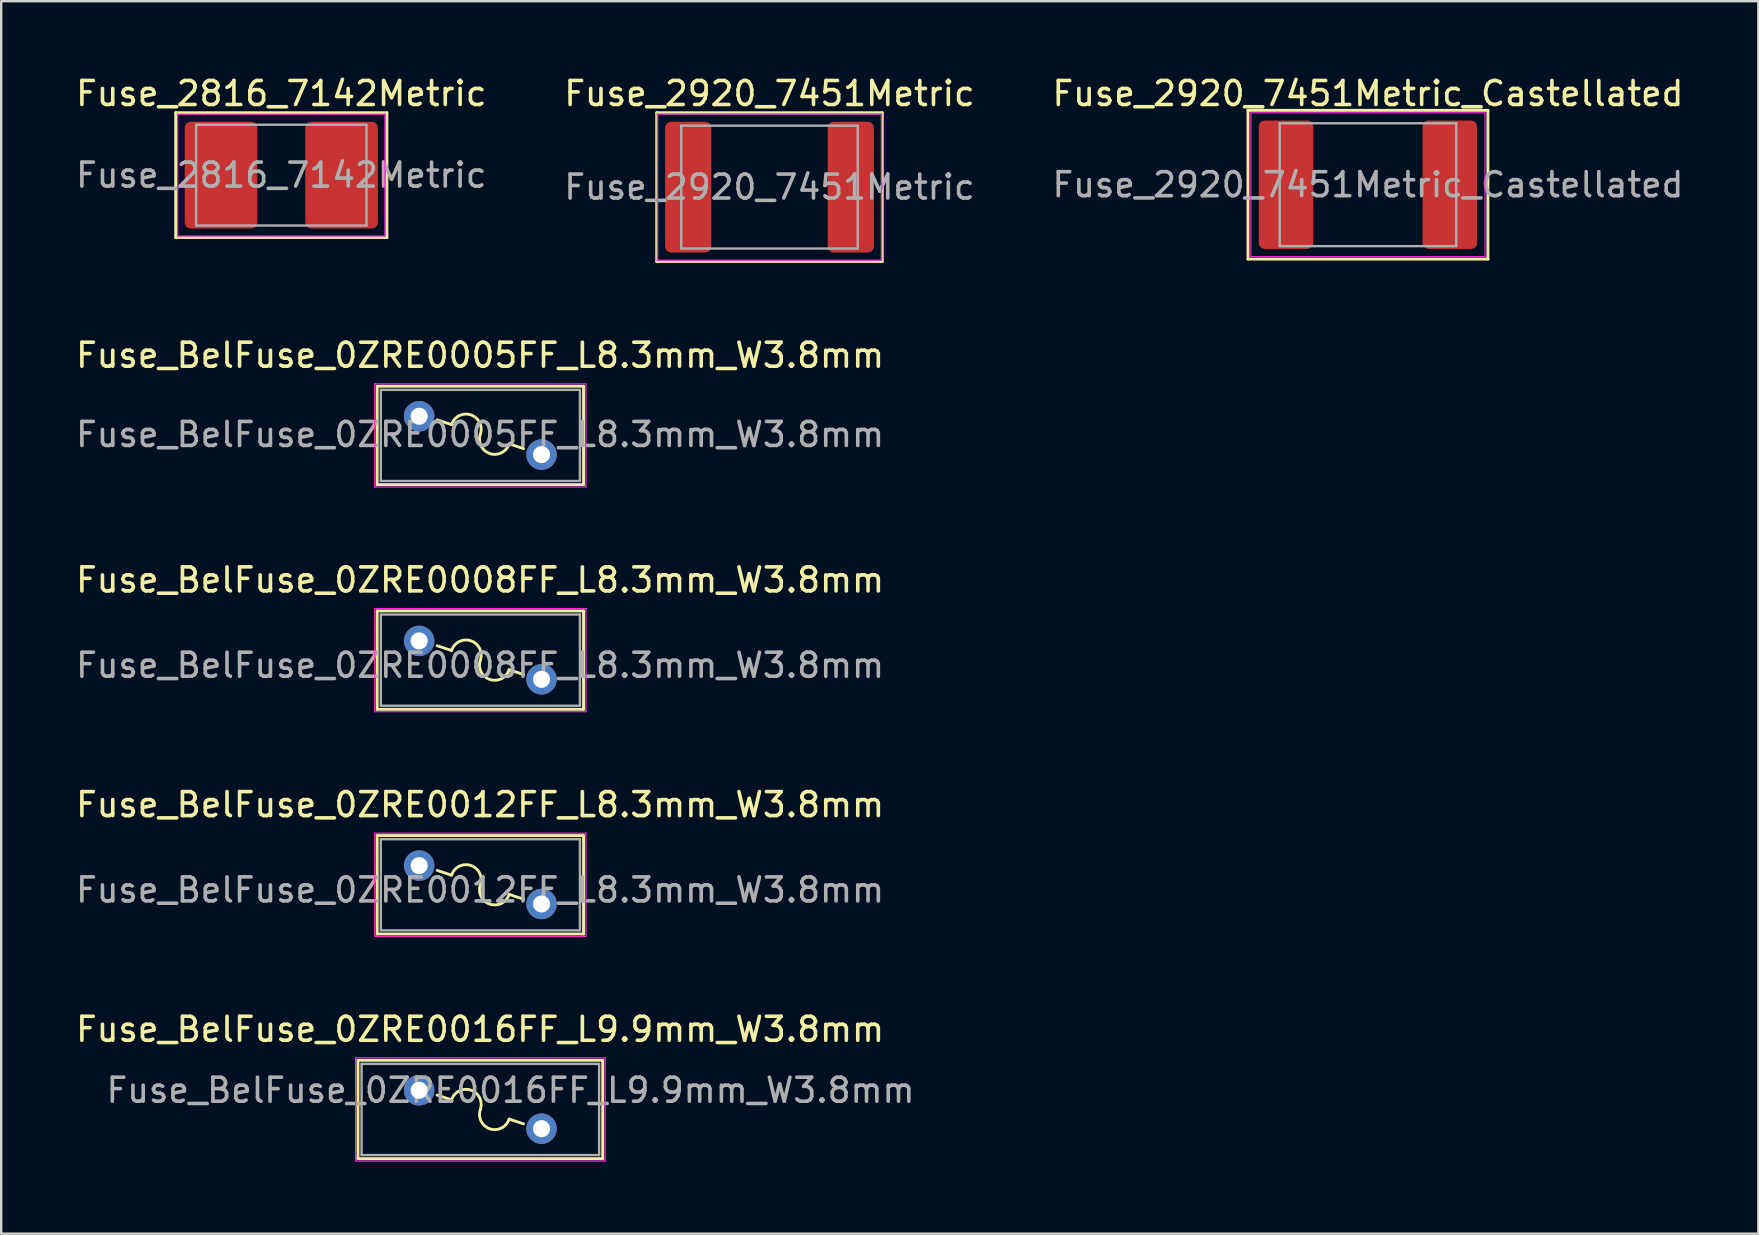
<source format=kicad_pcb>
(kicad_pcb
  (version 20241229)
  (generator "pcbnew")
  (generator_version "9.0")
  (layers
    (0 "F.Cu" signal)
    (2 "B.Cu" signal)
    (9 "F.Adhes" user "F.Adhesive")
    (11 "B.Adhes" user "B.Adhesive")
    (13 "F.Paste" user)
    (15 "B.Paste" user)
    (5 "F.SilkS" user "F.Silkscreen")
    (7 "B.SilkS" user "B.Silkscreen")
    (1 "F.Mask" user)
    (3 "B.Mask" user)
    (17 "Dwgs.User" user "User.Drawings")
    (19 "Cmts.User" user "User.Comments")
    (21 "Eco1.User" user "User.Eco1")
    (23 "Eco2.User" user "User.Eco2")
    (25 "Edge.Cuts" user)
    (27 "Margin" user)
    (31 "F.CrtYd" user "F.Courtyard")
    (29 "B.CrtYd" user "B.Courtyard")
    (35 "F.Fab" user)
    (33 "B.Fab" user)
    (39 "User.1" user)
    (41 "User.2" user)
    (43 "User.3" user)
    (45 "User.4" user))
  (footprint "Fuse_2816_7142Metric"
    (layer "F.Cu")
    (at 8.673 4.248)
    (property "Reference" "Fuse_2816_7142Metric" (at 0 -3.4 0) (layer "F.SilkS") (effects (font (size 1 1) (thickness 0.15))))
    (attr smd)
    (fp_line (start -4.4 -2.6) (end -4.4 2.6) (stroke (width 0.12) (type solid)) (layer "F.SilkS"))
    (fp_line (start -4.4 2.6) (end 4.4 2.6) (stroke (width 0.12) (type solid)) (layer "F.SilkS"))
    (fp_line (start 4.4 -2.6) (end -4.4 -2.6) (stroke (width 0.12) (type solid)) (layer "F.SilkS"))
    (fp_line (start 4.4 2.6) (end 4.4 -2.6) (stroke (width 0.12) (type solid)) (layer "F.SilkS"))
    (fp_line (start -4.318 -2.54) (end 4.318 -2.54) (stroke (width 0.05) (type solid)) (layer "F.CrtYd"))
    (fp_line (start -4.318 2.54) (end -4.318 -2.54) (stroke (width 0.05) (type solid)) (layer "F.CrtYd"))
    (fp_line (start 4.318 -2.54) (end 4.318 2.54) (stroke (width 0.05) (type solid)) (layer "F.CrtYd"))
    (fp_line (start 4.318 2.54) (end -4.318 2.54) (stroke (width 0.05) (type solid)) (layer "F.CrtYd"))
    (fp_line (start -3.55 -2.1) (end 3.55 -2.1) (stroke (width 0.1) (type solid)) (layer "F.Fab"))
    (fp_line (start -3.55 2.1) (end -3.55 -2.1) (stroke (width 0.1) (type solid)) (layer "F.Fab"))
    (fp_line (start 3.55 -2.1) (end 3.55 2.1) (stroke (width 0.1) (type solid)) (layer "F.Fab"))
    (fp_line (start 3.55 2.1) (end -3.55 2.1) (stroke (width 0.1) (type solid)) (layer "F.Fab"))
    (fp_text user "${REFERENCE}" (at 0 0 0) (layer "F.Fab") (effects (font (size 1 1) (thickness 0.15))))
    (pad "1" smd roundrect (at -2.513 0) (size 3.025 4.45) (layers "F.Cu" "F.Mask" "F.Paste") (roundrect_rratio 0.083))
    (pad "2" smd roundrect (at 2.513 0) (size 3.025 4.45) (layers "F.Cu" "F.Mask" "F.Paste") (roundrect_rratio 0.083)))
  (footprint "Fuse_2920_7451Metric"
    (layer "F.Cu")
    (at 29.018 4.748)
    (property "Reference" "Fuse_2920_7451Metric" (at 0 -3.9 0) (layer "F.SilkS") (effects (font (size 1 1) (thickness 0.15))))
    (attr smd)
    (fp_line (start -4.7 -3.1) (end -4.7 3.1) (stroke (width 0.12) (type solid)) (layer "F.SilkS"))
    (fp_line (start -4.7 3.1) (end 4.7 3.1) (stroke (width 0.12) (type solid)) (layer "F.SilkS"))
    (fp_line (start 4.7 -3.1) (end -4.7 -3.1) (stroke (width 0.12) (type solid)) (layer "F.SilkS"))
    (fp_line (start 4.7 3.1) (end 4.7 -3.1) (stroke (width 0.12) (type solid)) (layer "F.SilkS"))
    (fp_line (start -4.674 -3.048) (end 4.674 -3.048) (stroke (width 0.05) (type solid)) (layer "F.CrtYd"))
    (fp_line (start -4.674 3.048) (end -4.674 -3.048) (stroke (width 0.05) (type solid)) (layer "F.CrtYd"))
    (fp_line (start 4.674 -3.048) (end 4.674 3.048) (stroke (width 0.05) (type solid)) (layer "F.CrtYd"))
    (fp_line (start 4.674 3.048) (end -4.674 3.048) (stroke (width 0.05) (type solid)) (layer "F.CrtYd"))
    (fp_line (start -3.678 -2.56) (end 3.678 -2.56) (stroke (width 0.1) (type solid)) (layer "F.Fab"))
    (fp_line (start -3.678 2.56) (end -3.678 -2.56) (stroke (width 0.1) (type solid)) (layer "F.Fab"))
    (fp_line (start 3.678 -2.56) (end 3.678 2.56) (stroke (width 0.1) (type solid)) (layer "F.Fab"))
    (fp_line (start 3.678 2.56) (end -3.678 2.56) (stroke (width 0.1) (type solid)) (layer "F.Fab"))
    (fp_text user "${REFERENCE}" (at 0 0 0) (layer "F.Fab") (effects (font (size 1 1) (thickness 0.15))))
    (pad "1" smd roundrect (at -3.388 0) (size 1.925 5.45) (layers "F.Cu" "F.Mask" "F.Paste") (roundrect_rratio 0.13))
    (pad "2" smd roundrect (at 3.388 0) (size 1.925 5.45) (layers "F.Cu" "F.Mask" "F.Paste") (roundrect_rratio 0.13)))
  (footprint "Fuse_BelFuse_0ZRE0012FF_L8.3mm_W3.8mm"
    (layer "F.Cu")
    (at 14.418 33.023)
    (property "Reference" "Fuse_BelFuse_0ZRE0012FF_L8.3mm_W3.8mm" (at 2.54 -2.54 0) (layer "F.SilkS") (effects (font (size 1 1) (thickness 0.15))))
    (fp_line (start -1.75 -1.25) (end -1.75 2.85) (stroke (width 0.12) (type solid)) (layer "F.SilkS"))
    (fp_line (start -1.75 -1.25) (end 6.85 -1.25) (stroke (width 0.12) (type solid)) (layer "F.SilkS"))
    (fp_line (start -1.75 2.85) (end 6.85 2.85) (stroke (width 0.12) (type solid)) (layer "F.SilkS"))
    (fp_line (start 0.75 0.2) (end 1.35 0.4) (stroke (width 0.12) (type solid)) (layer "F.SilkS"))
    (fp_line (start 3.75 1.2) (end 4.35 1.4) (stroke (width 0.12) (type solid)) (layer "F.SilkS"))
    (fp_line (start 6.85 -1.25) (end 6.85 2.85) (stroke (width 0.12) (type solid)) (layer "F.SilkS"))
    (fp_arc (start 1.350003 0.400002) (mid 2.150001 0.000002) (end 2.550001 0.8) (stroke (width 0.12) (type solid)) (layer "F.SilkS"))
    (fp_arc (start 3.749999 1.199998) (mid 2.950001 1.599998) (end 2.550001 0.8) (stroke (width 0.12) (type solid)) (layer "F.SilkS"))
    (fp_line (start -1.85 -1.35) (end -1.85 2.95) (stroke (width 0.05) (type solid)) (layer "F.CrtYd"))
    (fp_line (start -1.85 -1.35) (end 6.95 -1.35) (stroke (width 0.05) (type solid)) (layer "F.CrtYd"))
    (fp_line (start -1.85 2.95) (end 6.95 2.95) (stroke (width 0.05) (type solid)) (layer "F.CrtYd"))
    (fp_line (start 6.95 -1.35) (end 6.95 2.95) (stroke (width 0.05) (type solid)) (layer "F.CrtYd"))
    (fp_line (start -1.6 -1.1) (end -1.6 2.7) (stroke (width 0.1) (type solid)) (layer "F.Fab"))
    (fp_line (start -1.6 -1.1) (end 6.7 -1.1) (stroke (width 0.1) (type solid)) (layer "F.Fab"))
    (fp_line (start -1.6 2.7) (end 6.7 2.7) (stroke (width 0.1) (type solid)) (layer "F.Fab"))
    (fp_line (start 6.7 -1.1) (end 6.7 2.7) (stroke (width 0.1) (type solid)) (layer "F.Fab"))
    (fp_text user "${REFERENCE}" (at 2.54 1.016 0) (layer "F.Fab") (effects (font (size 1 1) (thickness 0.15))))
    (pad "1" thru_hole circle (at 0 0) (size 1.27 1.27) (drill 0.71) (layers "*.Cu" "*.Mask"))
    (pad "2" thru_hole circle (at 5.1 1.6) (size 1.27 1.27) (drill 0.71) (layers "*.Cu" "*.Mask")))
  (footprint "Fuse_BelFuse_0ZRE0008FF_L8.3mm_W3.8mm"
    (layer "F.Cu")
    (at 14.418 23.66)
    (property "Reference" "Fuse_BelFuse_0ZRE0008FF_L8.3mm_W3.8mm" (at 2.54 -2.54 0) (layer "F.SilkS") (effects (font (size 1 1) (thickness 0.15))))
    (fp_line (start -1.75 -1.25) (end -1.75 2.85) (stroke (width 0.12) (type solid)) (layer "F.SilkS"))
    (fp_line (start -1.75 -1.25) (end 6.85 -1.25) (stroke (width 0.12) (type solid)) (layer "F.SilkS"))
    (fp_line (start -1.75 2.85) (end 6.85 2.85) (stroke (width 0.12) (type solid)) (layer "F.SilkS"))
    (fp_line (start 0.75 0.2) (end 1.35 0.4) (stroke (width 0.12) (type solid)) (layer "F.SilkS"))
    (fp_line (start 3.75 1.2) (end 4.35 1.4) (stroke (width 0.12) (type solid)) (layer "F.SilkS"))
    (fp_line (start 6.85 -1.25) (end 6.85 2.85) (stroke (width 0.12) (type solid)) (layer "F.SilkS"))
    (fp_arc (start 1.350003 0.400002) (mid 2.150001 0.000002) (end 2.550001 0.8) (stroke (width 0.12) (type solid)) (layer "F.SilkS"))
    (fp_arc (start 3.749999 1.199998) (mid 2.950001 1.599998) (end 2.550001 0.8) (stroke (width 0.12) (type solid)) (layer "F.SilkS"))
    (fp_line (start -1.85 -1.35) (end -1.85 2.95) (stroke (width 0.05) (type solid)) (layer "F.CrtYd"))
    (fp_line (start -1.85 -1.35) (end 6.95 -1.35) (stroke (width 0.05) (type solid)) (layer "F.CrtYd"))
    (fp_line (start -1.85 2.95) (end 6.95 2.95) (stroke (width 0.05) (type solid)) (layer "F.CrtYd"))
    (fp_line (start 6.95 -1.35) (end 6.95 2.95) (stroke (width 0.05) (type solid)) (layer "F.CrtYd"))
    (fp_line (start -1.6 -1.1) (end -1.6 2.7) (stroke (width 0.1) (type solid)) (layer "F.Fab"))
    (fp_line (start -1.6 -1.1) (end 6.7 -1.1) (stroke (width 0.1) (type solid)) (layer "F.Fab"))
    (fp_line (start -1.6 2.7) (end 6.7 2.7) (stroke (width 0.1) (type solid)) (layer "F.Fab"))
    (fp_line (start 6.7 -1.1) (end 6.7 2.7) (stroke (width 0.1) (type solid)) (layer "F.Fab"))
    (fp_text user "${REFERENCE}" (at 2.54 1.016 0) (layer "F.Fab") (effects (font (size 1 1) (thickness 0.15))))
    (pad "1" thru_hole circle (at 0 0) (size 1.27 1.27) (drill 0.71) (layers "*.Cu" "*.Mask"))
    (pad "2" thru_hole circle (at 5.1 1.6) (size 1.27 1.27) (drill 0.71) (layers "*.Cu" "*.Mask")))
  (footprint "Fuse_2920_7451Metric_Castellated"
    (layer "F.Cu")
    (at 53.958 4.648)
    (property "Reference" "Fuse_2920_7451Metric_Castellated" (at 0 -3.8 0) (layer "F.SilkS") (effects (font (size 1 1) (thickness 0.15))))
    (attr smd)
    (fp_line (start -5 -3.1) (end -5 3.1) (stroke (width 0.12) (type solid)) (layer "F.SilkS"))
    (fp_line (start -5 3.1) (end 5 3.1) (stroke (width 0.12) (type solid)) (layer "F.SilkS"))
    (fp_line (start 5 -3.1) (end -5 -3.1) (stroke (width 0.12) (type solid)) (layer "F.SilkS"))
    (fp_line (start 5 3.1) (end 5 -3.1) (stroke (width 0.12) (type solid)) (layer "F.SilkS"))
    (fp_line (start -4.877 -2.997) (end 4.877 -2.997) (stroke (width 0.05) (type solid)) (layer "F.CrtYd"))
    (fp_line (start -4.877 2.997) (end -4.877 -2.997) (stroke (width 0.05) (type solid)) (layer "F.CrtYd"))
    (fp_line (start 4.877 -2.997) (end 4.877 2.997) (stroke (width 0.05) (type solid)) (layer "F.CrtYd"))
    (fp_line (start 4.877 2.997) (end -4.877 2.997) (stroke (width 0.05) (type solid)) (layer "F.CrtYd"))
    (fp_line (start -3.678 -2.56) (end 3.678 -2.56) (stroke (width 0.1) (type solid)) (layer "F.Fab"))
    (fp_line (start -3.678 2.56) (end -3.678 -2.56) (stroke (width 0.1) (type solid)) (layer "F.Fab"))
    (fp_line (start 3.678 -2.56) (end 3.678 2.56) (stroke (width 0.1) (type solid)) (layer "F.Fab"))
    (fp_line (start 3.678 2.56) (end -3.678 2.56) (stroke (width 0.1) (type solid)) (layer "F.Fab"))
    (fp_text user "${REFERENCE}" (at 0 0 0) (layer "F.Fab") (effects (font (size 1 1) (thickness 0.15))))
    (pad "1" smd roundrect (at -3.413 0) (size 2.275 5.35) (layers "F.Cu" "F.Mask" "F.Paste") (roundrect_rratio 0.11))
    (pad "2" smd roundrect (at 3.413 0) (size 2.275 5.35) (layers "F.Cu" "F.Mask" "F.Paste") (roundrect_rratio 0.11)))
  (footprint "Fuse_BelFuse_0ZRE0016FF_L9.9mm_W3.8mm"
    (layer "F.Cu")
    (at 14.418 42.386)
    (property "Reference" "Fuse_BelFuse_0ZRE0016FF_L9.9mm_W3.8mm" (at 2.54 -2.54 0) (layer "F.SilkS") (effects (font (size 1 1) (thickness 0.15))))
    (fp_line (start -2.55 -1.25) (end -2.55 2.85) (stroke (width 0.12) (type solid)) (layer "F.SilkS"))
    (fp_line (start -2.55 -1.25) (end 7.65 -1.25) (stroke (width 0.12) (type solid)) (layer "F.SilkS"))
    (fp_line (start -2.55 2.85) (end 7.65 2.85) (stroke (width 0.12) (type solid)) (layer "F.SilkS"))
    (fp_line (start 0.75 0.2) (end 1.35 0.4) (stroke (width 0.12) (type solid)) (layer "F.SilkS"))
    (fp_line (start 3.75 1.2) (end 4.35 1.4) (stroke (width 0.12) (type solid)) (layer "F.SilkS"))
    (fp_line (start 7.65 -1.25) (end 7.65 2.85) (stroke (width 0.12) (type solid)) (layer "F.SilkS"))
    (fp_arc (start 1.350003 0.400002) (mid 2.150001 0.000002) (end 2.550001 0.8) (stroke (width 0.12) (type solid)) (layer "F.SilkS"))
    (fp_arc (start 3.749999 1.199998) (mid 2.950001 1.599998) (end 2.550001 0.8) (stroke (width 0.12) (type solid)) (layer "F.SilkS"))
    (fp_line (start -2.65 -1.35) (end -2.65 2.95) (stroke (width 0.05) (type solid)) (layer "F.CrtYd"))
    (fp_line (start -2.65 -1.35) (end 7.75 -1.35) (stroke (width 0.05) (type solid)) (layer "F.CrtYd"))
    (fp_line (start -2.65 2.95) (end 7.75 2.95) (stroke (width 0.05) (type solid)) (layer "F.CrtYd"))
    (fp_line (start 7.75 -1.35) (end 7.75 2.95) (stroke (width 0.05) (type solid)) (layer "F.CrtYd"))
    (fp_line (start -2.4 -1.1) (end -2.4 2.7) (stroke (width 0.1) (type solid)) (layer "F.Fab"))
    (fp_line (start -2.4 -1.1) (end 7.5 -1.1) (stroke (width 0.1) (type solid)) (layer "F.Fab"))
    (fp_line (start -2.4 2.7) (end 7.5 2.7) (stroke (width 0.1) (type solid)) (layer "F.Fab"))
    (fp_line (start 7.5 -1.1) (end 7.5 2.7) (stroke (width 0.1) (type solid)) (layer "F.Fab"))
    (fp_text user "${REFERENCE}" (at 3.81 0 0) (layer "F.Fab") (effects (font (size 1 1) (thickness 0.15))))
    (pad "1" thru_hole circle (at 0 0) (size 1.27 1.27) (drill 0.71) (layers "*.Cu" "*.Mask"))
    (pad "2" thru_hole circle (at 5.1 1.6) (size 1.27 1.27) (drill 0.71) (layers "*.Cu" "*.Mask")))
  (footprint "Fuse_BelFuse_0ZRE0005FF_L8.3mm_W3.8mm"
    (layer "F.Cu")
    (at 14.418 14.296)
    (property "Reference" "Fuse_BelFuse_0ZRE0005FF_L8.3mm_W3.8mm" (at 2.54 -2.54 0) (layer "F.SilkS") (effects (font (size 1 1) (thickness 0.15))))
    (fp_line (start -1.75 -1.25) (end -1.75 2.85) (stroke (width 0.12) (type solid)) (layer "F.SilkS"))
    (fp_line (start -1.75 -1.25) (end 6.85 -1.25) (stroke (width 0.12) (type solid)) (layer "F.SilkS"))
    (fp_line (start -1.75 2.85) (end 6.85 2.85) (stroke (width 0.12) (type solid)) (layer "F.SilkS"))
    (fp_line (start 0.75 0.15) (end 1.35 0.35) (stroke (width 0.12) (type solid)) (layer "F.SilkS"))
    (fp_line (start 3.75 1.15) (end 4.35 1.35) (stroke (width 0.12) (type solid)) (layer "F.SilkS"))
    (fp_line (start 6.85 -1.25) (end 6.85 2.85) (stroke (width 0.12) (type solid)) (layer "F.SilkS"))
    (fp_arc (start 1.350003 0.350002) (mid 2.150001 -0.049998) (end 2.550001 0.75) (stroke (width 0.12) (type solid)) (layer "F.SilkS"))
    (fp_arc (start 3.749999 1.149998) (mid 2.950001 1.549998) (end 2.550001 0.75) (stroke (width 0.12) (type solid)) (layer "F.SilkS"))
    (fp_line (start -1.85 -1.35) (end -1.85 2.95) (stroke (width 0.05) (type solid)) (layer "F.CrtYd"))
    (fp_line (start -1.85 -1.35) (end 6.95 -1.35) (stroke (width 0.05) (type solid)) (layer "F.CrtYd"))
    (fp_line (start -1.85 2.95) (end 6.95 2.95) (stroke (width 0.05) (type solid)) (layer "F.CrtYd"))
    (fp_line (start 6.95 -1.35) (end 6.95 2.95) (stroke (width 0.05) (type solid)) (layer "F.CrtYd"))
    (fp_line (start -1.6 -1.1) (end -1.6 2.7) (stroke (width 0.1) (type solid)) (layer "F.Fab"))
    (fp_line (start -1.6 -1.1) (end 6.7 -1.1) (stroke (width 0.1) (type solid)) (layer "F.Fab"))
    (fp_line (start -1.6 2.7) (end 6.7 2.7) (stroke (width 0.1) (type solid)) (layer "F.Fab"))
    (fp_line (start 6.7 -1.1) (end 6.7 2.7) (stroke (width 0.1) (type solid)) (layer "F.Fab"))
    (fp_text user "${REFERENCE}" (at 2.54 0.762 0) (layer "F.Fab") (effects (font (size 1 1) (thickness 0.15))))
    (pad "1" thru_hole circle (at 0 0) (size 1.27 1.27) (drill 0.71) (layers "*.Cu" "*.Mask"))
    (pad "2" thru_hole circle (at 5.1 1.6) (size 1.27 1.27) (drill 0.71) (layers "*.Cu" "*.Mask")))
  (gr_rect
    (start -3 -3)
    (end 70.226 48.361)
    (stroke (width 0.1) (type default))
    (fill no)
    (layer "Edge.Cuts")))
</source>
